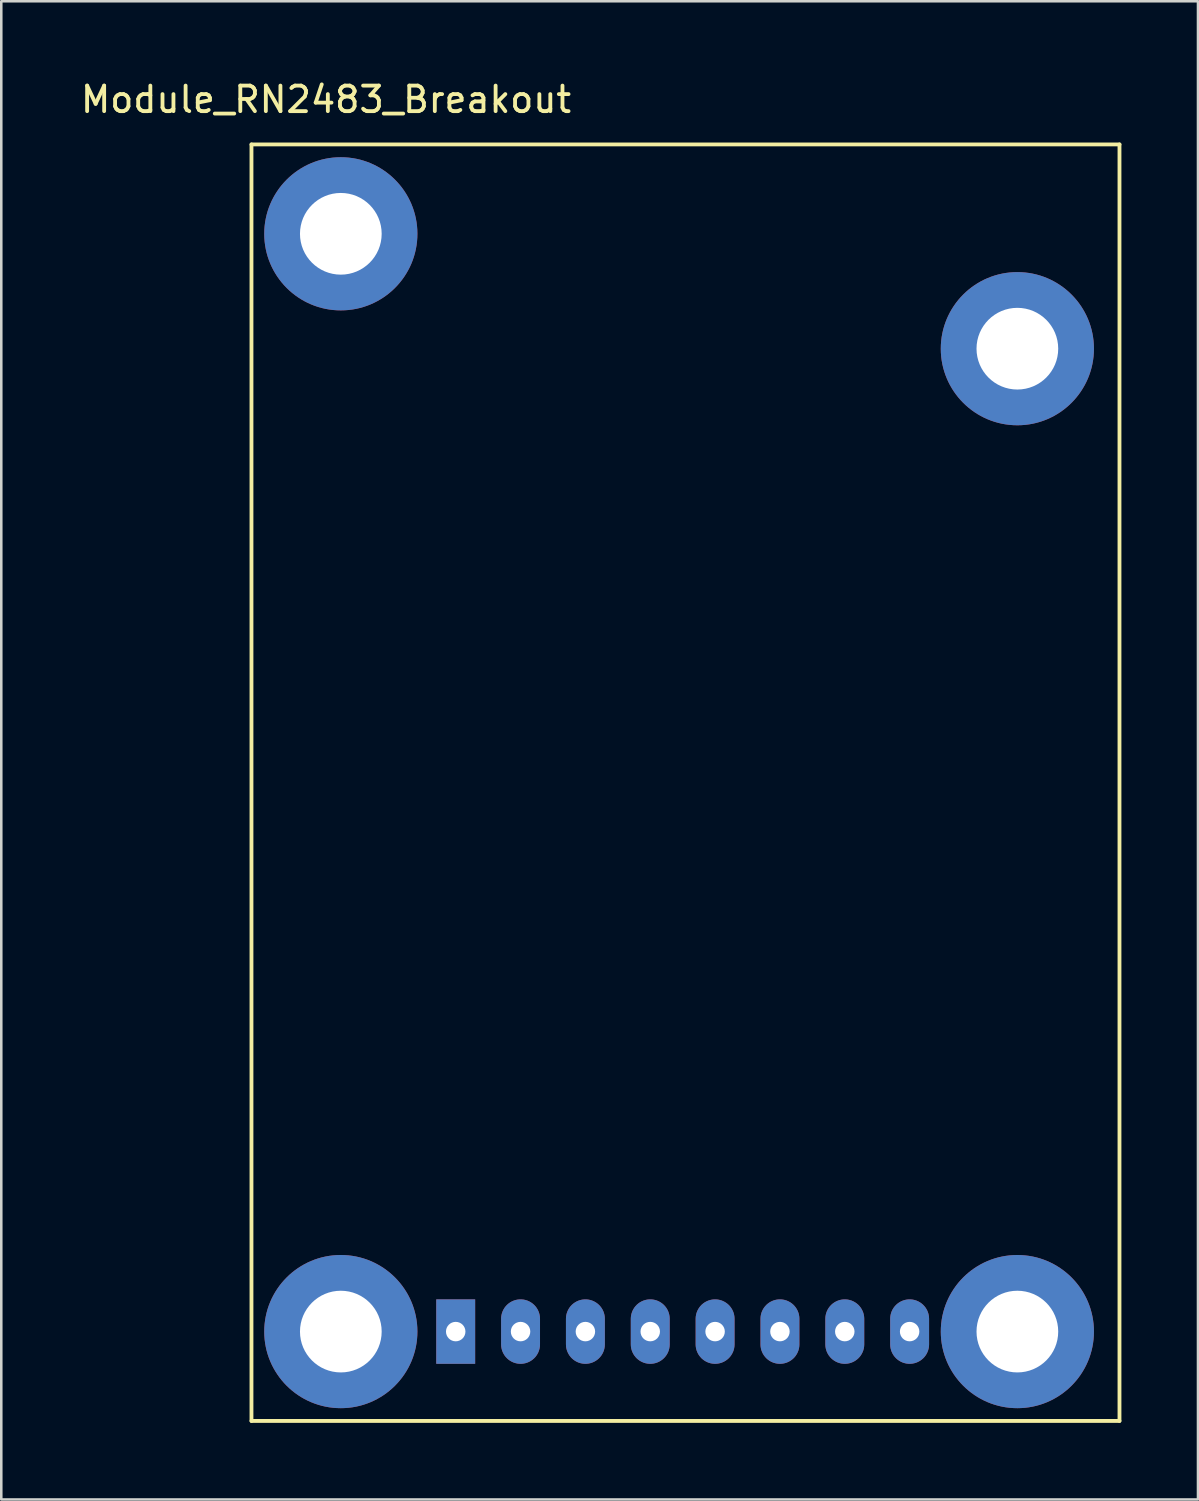
<source format=kicad_pcb>
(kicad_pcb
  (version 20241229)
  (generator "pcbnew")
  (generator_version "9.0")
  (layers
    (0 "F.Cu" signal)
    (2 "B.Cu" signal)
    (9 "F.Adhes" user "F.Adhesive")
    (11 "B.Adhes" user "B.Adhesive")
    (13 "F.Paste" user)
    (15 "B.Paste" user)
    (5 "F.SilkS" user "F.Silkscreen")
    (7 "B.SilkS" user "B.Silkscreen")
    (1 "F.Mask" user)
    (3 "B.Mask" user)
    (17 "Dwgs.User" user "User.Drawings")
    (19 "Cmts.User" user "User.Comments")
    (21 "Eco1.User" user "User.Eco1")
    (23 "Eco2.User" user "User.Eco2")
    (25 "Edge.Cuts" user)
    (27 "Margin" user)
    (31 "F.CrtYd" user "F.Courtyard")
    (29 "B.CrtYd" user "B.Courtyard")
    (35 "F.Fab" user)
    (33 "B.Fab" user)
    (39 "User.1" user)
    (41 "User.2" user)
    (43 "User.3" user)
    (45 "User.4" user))
  (footprint "Module_RN2483_Breakout"
    (layer "F.Cu")
    (at 14.8 49.108)
    (property "Reference" "Module_RN2483_Breakout" (at -5.08 -48.26 0) (layer "F.SilkS") (effects (font (size 1 1) (thickness 0.15))))
    (attr through_hole)
    (fp_line (start -8 -46.5) (end -8 3.5) (stroke (width 0.15) (type solid)) (layer "F.SilkS"))
    (fp_line (start -8 3.5) (end 26 3.5) (stroke (width 0.15) (type solid)) (layer "F.SilkS"))
    (fp_line (start 26 -46.5) (end -8 -46.5) (stroke (width 0.15) (type solid)) (layer "F.SilkS"))
    (fp_line (start 26 3.5) (end 26 -46.5) (stroke (width 0.15) (type solid)) (layer "F.SilkS"))
    (pad "" thru_hole circle (at -4.5 -43) (size 6 6) (drill 3.2) (layers "*.Cu" "*.Mask"))
    (pad "" thru_hole circle (at -4.5 0) (size 6 6) (drill 3.2) (layers "*.Cu" "*.Mask"))
    (pad "" thru_hole circle (at 22 -38.5) (size 6 6) (drill 3.2) (layers "*.Cu" "*.Mask"))
    (pad "" thru_hole circle (at 22 0) (size 6 6) (drill 3.2) (layers "*.Cu" "*.Mask"))
    (pad "1" thru_hole rect (at 0 0) (size 1.524 2.524) (drill 0.762) (layers "*.Cu" "*.Mask"))
    (pad "2" thru_hole oval (at 2.54 0) (size 1.524 2.524) (drill 0.762) (layers "*.Cu" "*.Mask"))
    (pad "3" thru_hole oval (at 5.08 0) (size 1.524 2.524) (drill 0.762) (layers "*.Cu" "*.Mask"))
    (pad "4" thru_hole oval (at 7.62 0) (size 1.524 2.524) (drill 0.762) (layers "*.Cu" "*.Mask"))
    (pad "5" thru_hole oval (at 10.16 0) (size 1.524 2.524) (drill 0.762) (layers "*.Cu" "*.Mask"))
    (pad "6" thru_hole oval (at 12.7 0) (size 1.524 2.524) (drill 0.762) (layers "*.Cu" "*.Mask"))
    (pad "7" thru_hole oval (at 15.24 0) (size 1.524 2.524) (drill 0.762) (layers "*.Cu" "*.Mask"))
    (pad "8" thru_hole oval (at 17.78 0) (size 1.524 2.524) (drill 0.762) (layers "*.Cu" "*.Mask")))
  (gr_rect
    (start -3 -3)
    (end 43.875 55.683)
    (stroke (width 0.1) (type default))
    (fill no)
    (layer "Edge.Cuts")))
</source>
